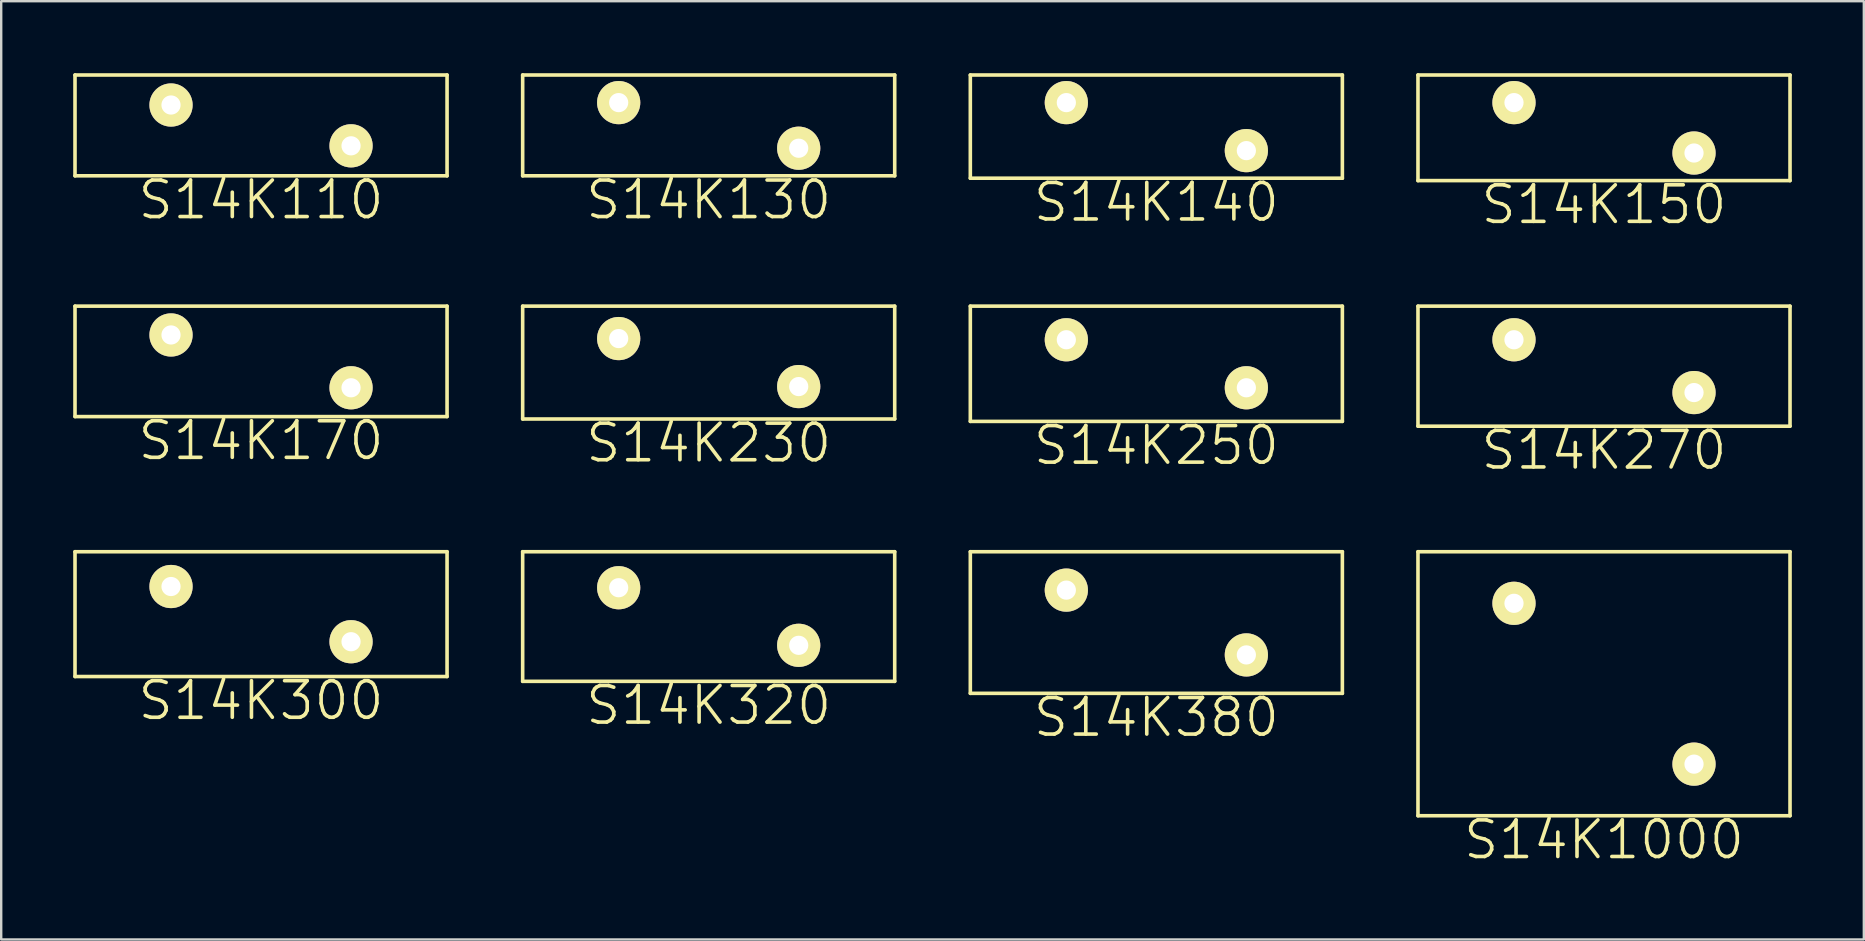
<source format=kicad_pcb>
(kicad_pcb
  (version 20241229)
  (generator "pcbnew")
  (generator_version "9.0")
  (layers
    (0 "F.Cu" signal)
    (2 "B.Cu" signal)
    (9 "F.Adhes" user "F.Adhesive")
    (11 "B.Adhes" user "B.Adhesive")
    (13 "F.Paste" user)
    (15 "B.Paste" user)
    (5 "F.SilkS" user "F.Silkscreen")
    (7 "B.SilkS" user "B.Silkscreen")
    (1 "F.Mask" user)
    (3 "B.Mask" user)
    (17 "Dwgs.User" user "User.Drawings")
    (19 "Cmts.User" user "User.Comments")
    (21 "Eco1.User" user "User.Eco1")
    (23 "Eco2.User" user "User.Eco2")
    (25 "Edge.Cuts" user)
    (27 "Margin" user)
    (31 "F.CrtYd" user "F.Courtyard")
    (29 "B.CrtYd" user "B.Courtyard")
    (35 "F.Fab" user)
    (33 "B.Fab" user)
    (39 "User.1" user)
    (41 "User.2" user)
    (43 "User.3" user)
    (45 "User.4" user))
  (footprint "S14K320"
    (layer "F.Cu")
    (at 22.725 21.435)
    (property "Reference" "S14K320" (at 3.75 4.9 0) (layer "F.SilkS") (effects (font (size 1.524 1.524) (thickness 0.15))))
    (attr through_hole)
    (fp_line (start -4 -1.5) (end -4 3.9) (stroke (width 0.15) (type solid)) (layer "F.SilkS"))
    (fp_line (start -4 -1.5) (end 11.5 -1.5) (stroke (width 0.15) (type solid)) (layer "F.SilkS"))
    (fp_line (start -4 3.9) (end 11.5 3.9) (stroke (width 0.15) (type solid)) (layer "F.SilkS"))
    (fp_line (start 11.5 -1.5) (end 11.5 3.9) (stroke (width 0.15) (type solid)) (layer "F.SilkS"))
    (pad "1" thru_hole circle (at 0 0) (size 1.8 1.8) (drill 0.8) (layers "*.Cu" "*.Mask" "F.SilkS"))
    (pad "2" thru_hole circle (at 7.5 2.4) (size 1.8 1.8) (drill 0.8) (layers "*.Cu" "*.Mask" "F.SilkS")))
  (footprint "S14K130"
    (layer "F.Cu")
    (at 22.725 1.225)
    (property "Reference" "S14K130" (at 3.75 4.05 0) (layer "F.SilkS") (effects (font (size 1.524 1.524) (thickness 0.15))))
    (attr through_hole)
    (fp_line (start -4 -1.15) (end -4 3.05) (stroke (width 0.15) (type solid)) (layer "F.SilkS"))
    (fp_line (start -4 -1.15) (end 11.5 -1.15) (stroke (width 0.15) (type solid)) (layer "F.SilkS"))
    (fp_line (start -4 3.05) (end 11.5 3.05) (stroke (width 0.15) (type solid)) (layer "F.SilkS"))
    (fp_line (start 11.5 -1.15) (end 11.5 3.05) (stroke (width 0.15) (type solid)) (layer "F.SilkS"))
    (pad "1" thru_hole circle (at 0 0) (size 1.8 1.8) (drill 0.8) (layers "*.Cu" "*.Mask" "F.SilkS"))
    (pad "2" thru_hole circle (at 7.5 1.9) (size 1.8 1.8) (drill 0.8) (layers "*.Cu" "*.Mask" "F.SilkS")))
  (footprint "S14K110"
    (layer "F.Cu")
    (at 4.075 1.325)
    (property "Reference" "S14K110" (at 3.75 3.95 0) (layer "F.SilkS") (effects (font (size 1.524 1.524) (thickness 0.15))))
    (attr through_hole)
    (fp_line (start -4 -1.25) (end -4 2.95) (stroke (width 0.15) (type solid)) (layer "F.SilkS"))
    (fp_line (start -4 -1.25) (end 11.5 -1.25) (stroke (width 0.15) (type solid)) (layer "F.SilkS"))
    (fp_line (start -4 2.95) (end 11.5 2.95) (stroke (width 0.15) (type solid)) (layer "F.SilkS"))
    (fp_line (start 11.5 -1.25) (end 11.5 2.95) (stroke (width 0.15) (type solid)) (layer "F.SilkS"))
    (pad "1" thru_hole circle (at 0 0) (size 1.8 1.8) (drill 0.8) (layers "*.Cu" "*.Mask" "F.SilkS"))
    (pad "2" thru_hole circle (at 7.5 1.7) (size 1.8 1.8) (drill 0.8) (layers "*.Cu" "*.Mask" "F.SilkS")))
  (footprint "S14K270"
    (layer "F.Cu")
    (at 60.025 11.105)
    (property "Reference" "S14K270" (at 3.75 4.6 0) (layer "F.SilkS") (effects (font (size 1.524 1.524) (thickness 0.15))))
    (attr through_hole)
    (fp_line (start -4 -1.4) (end -4 3.6) (stroke (width 0.15) (type solid)) (layer "F.SilkS"))
    (fp_line (start -4 -1.4) (end 11.5 -1.4) (stroke (width 0.15) (type solid)) (layer "F.SilkS"))
    (fp_line (start -4 3.6) (end 11.5 3.6) (stroke (width 0.15) (type solid)) (layer "F.SilkS"))
    (fp_line (start 11.5 -1.4) (end 11.5 3.6) (stroke (width 0.15) (type solid)) (layer "F.SilkS"))
    (pad "1" thru_hole circle (at 0 0) (size 1.8 1.8) (drill 0.8) (layers "*.Cu" "*.Mask" "F.SilkS"))
    (pad "2" thru_hole circle (at 7.5 2.2) (size 1.8 1.8) (drill 0.8) (layers "*.Cu" "*.Mask" "F.SilkS")))
  (footprint "S14K140"
    (layer "F.Cu")
    (at 41.375 1.225)
    (property "Reference" "S14K140" (at 3.75 4.15 0) (layer "F.SilkS") (effects (font (size 1.524 1.524) (thickness 0.15))))
    (attr through_hole)
    (fp_line (start -4 -1.15) (end -4 3.15) (stroke (width 0.15) (type solid)) (layer "F.SilkS"))
    (fp_line (start -4 -1.15) (end 11.5 -1.15) (stroke (width 0.15) (type solid)) (layer "F.SilkS"))
    (fp_line (start -4 3.15) (end 11.5 3.15) (stroke (width 0.15) (type solid)) (layer "F.SilkS"))
    (fp_line (start 11.5 -1.15) (end 11.5 3.15) (stroke (width 0.15) (type solid)) (layer "F.SilkS"))
    (pad "1" thru_hole circle (at 0 0) (size 1.8 1.8) (drill 0.8) (layers "*.Cu" "*.Mask" "F.SilkS"))
    (pad "2" thru_hole circle (at 7.5 2) (size 1.8 1.8) (drill 0.8) (layers "*.Cu" "*.Mask" "F.SilkS")))
  (footprint "S14K230"
    (layer "F.Cu")
    (at 22.725 11.055)
    (property "Reference" "S14K230" (at 3.75 4.35 0) (layer "F.SilkS") (effects (font (size 1.524 1.524) (thickness 0.15))))
    (attr through_hole)
    (fp_line (start -4 -1.35) (end -4 3.35) (stroke (width 0.15) (type solid)) (layer "F.SilkS"))
    (fp_line (start -4 -1.35) (end 11.5 -1.35) (stroke (width 0.15) (type solid)) (layer "F.SilkS"))
    (fp_line (start -4 3.35) (end 11.5 3.35) (stroke (width 0.15) (type solid)) (layer "F.SilkS"))
    (fp_line (start 11.5 -1.35) (end 11.5 3.35) (stroke (width 0.15) (type solid)) (layer "F.SilkS"))
    (pad "1" thru_hole circle (at 0 0) (size 1.8 1.8) (drill 0.8) (layers "*.Cu" "*.Mask" "F.SilkS"))
    (pad "2" thru_hole circle (at 7.5 2) (size 1.8 1.8) (drill 0.8) (layers "*.Cu" "*.Mask" "F.SilkS")))
  (footprint "S14K170"
    (layer "F.Cu")
    (at 4.075 10.905)
    (property "Reference" "S14K170" (at 3.75 4.4 0) (layer "F.SilkS") (effects (font (size 1.524 1.524) (thickness 0.15))))
    (attr through_hole)
    (fp_line (start -4 -1.2) (end -4 3.4) (stroke (width 0.15) (type solid)) (layer "F.SilkS"))
    (fp_line (start -4 -1.2) (end 11.5 -1.2) (stroke (width 0.15) (type solid)) (layer "F.SilkS"))
    (fp_line (start -4 3.4) (end 11.5 3.4) (stroke (width 0.15) (type solid)) (layer "F.SilkS"))
    (fp_line (start 11.5 -1.2) (end 11.5 3.4) (stroke (width 0.15) (type solid)) (layer "F.SilkS"))
    (pad "1" thru_hole circle (at 0 0) (size 1.8 1.8) (drill 0.8) (layers "*.Cu" "*.Mask" "F.SilkS"))
    (pad "2" thru_hole circle (at 7.5 2.2) (size 1.8 1.8) (drill 0.8) (layers "*.Cu" "*.Mask" "F.SilkS")))
  (footprint "S14K150"
    (layer "F.Cu")
    (at 60.025 1.225)
    (property "Reference" "S14K150" (at 3.75 4.25 0) (layer "F.SilkS") (effects (font (size 1.524 1.524) (thickness 0.15))))
    (attr through_hole)
    (fp_line (start -4 -1.15) (end -4 3.25) (stroke (width 0.15) (type solid)) (layer "F.SilkS"))
    (fp_line (start -4 -1.15) (end 11.5 -1.15) (stroke (width 0.15) (type solid)) (layer "F.SilkS"))
    (fp_line (start -4 3.25) (end 11.5 3.25) (stroke (width 0.15) (type solid)) (layer "F.SilkS"))
    (fp_line (start 11.5 -1.15) (end 11.5 3.25) (stroke (width 0.15) (type solid)) (layer "F.SilkS"))
    (pad "1" thru_hole circle (at 0 0) (size 1.8 1.8) (drill 0.8) (layers "*.Cu" "*.Mask" "F.SilkS"))
    (pad "2" thru_hole circle (at 7.5 2.1) (size 1.8 1.8) (drill 0.8) (layers "*.Cu" "*.Mask" "F.SilkS")))
  (footprint "S14K380"
    (layer "F.Cu")
    (at 41.375 21.535)
    (property "Reference" "S14K380" (at 3.75 5.3 0) (layer "F.SilkS") (effects (font (size 1.524 1.524) (thickness 0.15))))
    (attr through_hole)
    (fp_line (start -4 -1.6) (end -4 4.3) (stroke (width 0.15) (type solid)) (layer "F.SilkS"))
    (fp_line (start -4 -1.6) (end 11.5 -1.6) (stroke (width 0.15) (type solid)) (layer "F.SilkS"))
    (fp_line (start -4 4.3) (end 11.5 4.3) (stroke (width 0.15) (type solid)) (layer "F.SilkS"))
    (fp_line (start 11.5 -1.6) (end 11.5 4.3) (stroke (width 0.15) (type solid)) (layer "F.SilkS"))
    (pad "1" thru_hole circle (at 0 0) (size 1.8 1.8) (drill 0.8) (layers "*.Cu" "*.Mask" "F.SilkS"))
    (pad "2" thru_hole circle (at 7.5 2.7) (size 1.8 1.8) (drill 0.8) (layers "*.Cu" "*.Mask" "F.SilkS")))
  (footprint "S14K250"
    (layer "F.Cu")
    (at 41.375 11.105)
    (property "Reference" "S14K250" (at 3.75 4.4 0) (layer "F.SilkS") (effects (font (size 1.524 1.524) (thickness 0.15))))
    (attr through_hole)
    (fp_line (start -4 -1.4) (end -4 3.4) (stroke (width 0.15) (type solid)) (layer "F.SilkS"))
    (fp_line (start -4 -1.4) (end 11.5 -1.4) (stroke (width 0.15) (type solid)) (layer "F.SilkS"))
    (fp_line (start -4 3.4) (end 11.5 3.4) (stroke (width 0.15) (type solid)) (layer "F.SilkS"))
    (fp_line (start 11.5 -1.4) (end 11.5 3.4) (stroke (width 0.15) (type solid)) (layer "F.SilkS"))
    (pad "1" thru_hole circle (at 0 0) (size 1.8 1.8) (drill 0.8) (layers "*.Cu" "*.Mask" "F.SilkS"))
    (pad "2" thru_hole circle (at 7.5 2) (size 1.8 1.8) (drill 0.8) (layers "*.Cu" "*.Mask" "F.SilkS")))
  (footprint "S14K1000"
    (layer "F.Cu")
    (at 60.025 22.085)
    (property "Reference" "S14K1000" (at 3.75 9.85 0) (layer "F.SilkS") (effects (font (size 1.524 1.524) (thickness 0.15))))
    (attr through_hole)
    (fp_line (start -4 -2.15) (end -4 8.85) (stroke (width 0.15) (type solid)) (layer "F.SilkS"))
    (fp_line (start -4 -2.15) (end 11.5 -2.15) (stroke (width 0.15) (type solid)) (layer "F.SilkS"))
    (fp_line (start -4 8.85) (end 11.5 8.85) (stroke (width 0.15) (type solid)) (layer "F.SilkS"))
    (fp_line (start 11.5 -2.15) (end 11.5 8.85) (stroke (width 0.15) (type solid)) (layer "F.SilkS"))
    (pad "1" thru_hole circle (at 0 0) (size 1.8 1.8) (drill 0.8) (layers "*.Cu" "*.Mask" "F.SilkS"))
    (pad "2" thru_hole circle (at 7.5 6.7) (size 1.8 1.8) (drill 0.8) (layers "*.Cu" "*.Mask" "F.SilkS")))
  (footprint "S14K300"
    (layer "F.Cu")
    (at 4.075 21.385)
    (property "Reference" "S14K300" (at 3.75 4.75 0) (layer "F.SilkS") (effects (font (size 1.524 1.524) (thickness 0.15))))
    (attr through_hole)
    (fp_line (start -4 -1.45) (end -4 3.75) (stroke (width 0.15) (type solid)) (layer "F.SilkS"))
    (fp_line (start -4 -1.45) (end 11.5 -1.45) (stroke (width 0.15) (type solid)) (layer "F.SilkS"))
    (fp_line (start -4 3.75) (end 11.5 3.75) (stroke (width 0.15) (type solid)) (layer "F.SilkS"))
    (fp_line (start 11.5 -1.45) (end 11.5 3.75) (stroke (width 0.15) (type solid)) (layer "F.SilkS"))
    (pad "1" thru_hole circle (at 0 0) (size 1.8 1.8) (drill 0.8) (layers "*.Cu" "*.Mask" "F.SilkS"))
    (pad "2" thru_hole circle (at 7.5 2.3) (size 1.8 1.8) (drill 0.8) (layers "*.Cu" "*.Mask" "F.SilkS")))
  (gr_rect
    (start -3 -3)
    (end 74.6 36.089)
    (stroke (width 0.1) (type default))
    (fill no)
    (layer "Edge.Cuts")))
</source>
